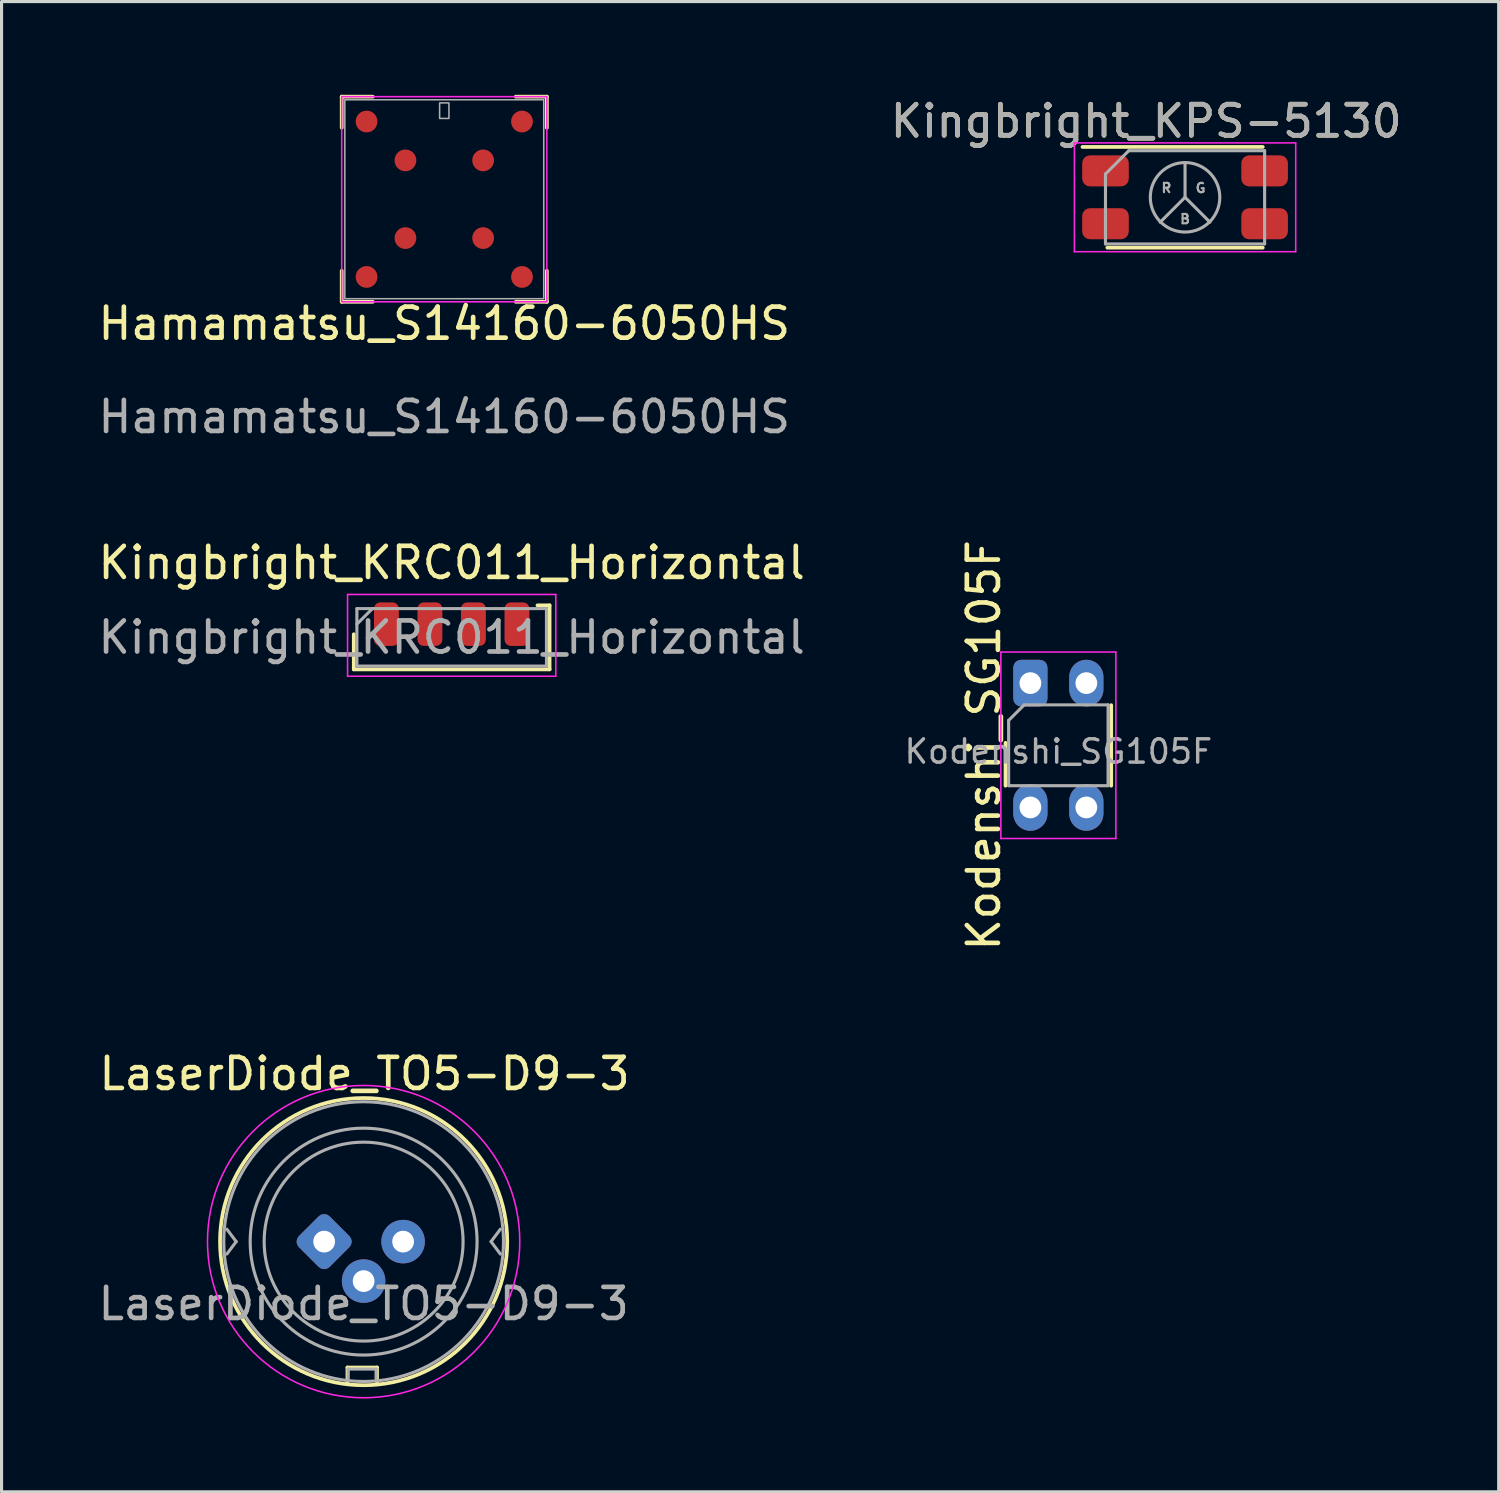
<source format=kicad_pcb>
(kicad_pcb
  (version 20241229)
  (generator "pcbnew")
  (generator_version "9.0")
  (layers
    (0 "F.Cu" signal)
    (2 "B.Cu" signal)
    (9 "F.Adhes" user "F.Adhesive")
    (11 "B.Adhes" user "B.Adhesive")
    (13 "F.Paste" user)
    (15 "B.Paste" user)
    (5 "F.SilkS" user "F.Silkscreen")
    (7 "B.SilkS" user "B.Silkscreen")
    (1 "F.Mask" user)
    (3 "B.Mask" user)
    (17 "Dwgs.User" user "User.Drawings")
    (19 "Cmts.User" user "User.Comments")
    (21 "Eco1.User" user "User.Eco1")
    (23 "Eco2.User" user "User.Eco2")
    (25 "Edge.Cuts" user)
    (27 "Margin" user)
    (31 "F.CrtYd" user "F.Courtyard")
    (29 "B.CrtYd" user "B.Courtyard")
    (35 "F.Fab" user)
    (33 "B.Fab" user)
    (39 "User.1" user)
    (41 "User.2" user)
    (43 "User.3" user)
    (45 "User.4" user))
  (footprint "Hamamatsu_S14160-6050HS"
    (layer "F.Cu")
    (at 11.244 3.36)
    (property "Reference" "Hamamatsu_S14160-6050HS" (at 0 4 0) (layer "F.SilkS") (effects (font (size 1 1) (thickness 0.15))))
    (attr smd)
    (fp_line (start -3.3 -3.3) (end -3.3 -2.3) (stroke (width 0.12) (type default)) (layer "F.SilkS"))
    (fp_line (start -3.3 -3.3) (end -2.3 -3.3) (stroke (width 0.12) (type default)) (layer "F.SilkS"))
    (fp_line (start -3.3 3.3) (end -3.3 2.3) (stroke (width 0.12) (type default)) (layer "F.SilkS"))
    (fp_line (start -2.3 3.3) (end -3.3 3.3) (stroke (width 0.12) (type default)) (layer "F.SilkS"))
    (fp_line (start 2.3 -3.3) (end 3.3 -3.3) (stroke (width 0.12) (type default)) (layer "F.SilkS"))
    (fp_line (start 2.3 3.3) (end 3.3 3.3) (stroke (width 0.12) (type default)) (layer "F.SilkS"))
    (fp_line (start 3.3 -3.3) (end 3.3 -2.3) (stroke (width 0.12) (type default)) (layer "F.SilkS"))
    (fp_line (start 3.3 3.3) (end 3.3 2.3) (stroke (width 0.12) (type default)) (layer "F.SilkS"))
    (fp_rect (start 3.3 3.3) (end -3.3 -3.3) (stroke (width 0.05) (type default)) (fill no) (layer "F.CrtYd"))
    (fp_rect (start -3.2 -3.2) (end 3.2 3.2) (stroke (width 0.05) (type default)) (fill no) (layer "F.Fab"))
    (fp_rect (start -0.15 -3.1) (end 0.15 -2.6) (stroke (width 0.05) (type default)) (fill no) (layer "F.Fab"))
    (fp_text user "${REFERENCE}" (at 0 7 0) (unlocked yes) (layer "F.Fab") (effects (font (size 1 1) (thickness 0.15))))
    (pad "A" smd circle (at -1.25 -1.25) (size 0.7 0.7) (layers "F.Cu" "F.Mask" "F.Paste"))
    (pad "A" smd circle (at -1.25 1.25) (size 0.7 0.7) (layers "F.Cu" "F.Mask" "F.Paste"))
    (pad "A" smd circle (at 1.25 -1.25) (size 0.7 0.7) (layers "F.Cu" "F.Mask" "F.Paste"))
    (pad "A" smd circle (at 1.25 1.25) (size 0.7 0.7) (layers "F.Cu" "F.Mask" "F.Paste"))
    (pad "K" smd circle (at -2.5 -2.5) (size 0.7 0.7) (layers "F.Cu" "F.Mask" "F.Paste"))
    (pad "K" smd circle (at -2.5 2.5) (size 0.7 0.7) (layers "F.Cu" "F.Mask" "F.Paste"))
    (pad "K" smd circle (at 2.5 -2.5) (size 0.7 0.7) (layers "F.Cu" "F.Mask" "F.Paste"))
    (pad "K" smd circle (at 2.5 2.5) (size 0.7 0.7) (layers "F.Cu" "F.Mask" "F.Paste")))
  (footprint "Kodenshi_SG105F"
    (layer "F.Cu")
    (at 30.101 18.928)
    (property "Reference" "Kodenshi_SG105F" (at -1.5 2 90) (layer "F.SilkS") (effects (font (size 1 1) (thickness 0.15))))
    (attr through_hole)
    (fp_line (start -0.8 1.92) (end -0.8 3.3) (stroke (width 0.12) (type solid)) (layer "F.SilkS"))
    (fp_line (start 2.6 3.3) (end 2.6 0.71) (stroke (width 0.12) (type solid)) (layer "F.SilkS"))
    (fp_line (start -0.95 -1) (end -0.95 5) (stroke (width 0.05) (type solid)) (layer "F.CrtYd"))
    (fp_line (start -0.95 -1) (end 2.75 -1) (stroke (width 0.05) (type solid)) (layer "F.CrtYd"))
    (fp_line (start 2.75 5) (end -0.95 5) (stroke (width 0.05) (type solid)) (layer "F.CrtYd"))
    (fp_line (start 2.75 5) (end 2.75 -1) (stroke (width 0.05) (type solid)) (layer "F.CrtYd"))
    (fp_line (start -0.7 1.2) (end -0.2 0.7) (stroke (width 0.1) (type solid)) (layer "F.Fab"))
    (fp_line (start -0.7 3.3) (end -0.7 1.2) (stroke (width 0.1) (type solid)) (layer "F.Fab"))
    (fp_line (start -0.2 0.7) (end 2.5 0.7) (stroke (width 0.1) (type solid)) (layer "F.Fab"))
    (fp_line (start 2.5 0.7) (end 2.5 3.3) (stroke (width 0.1) (type solid)) (layer "F.Fab"))
    (fp_line (start 2.5 3.3) (end -0.7 3.3) (stroke (width 0.1) (type solid)) (layer "F.Fab"))
    (fp_text user "${REFERENCE}" (at 0.9 2.2 0) (layer "F.Fab") (effects (font (size 0.75 0.75) (thickness 0.11))))
    (pad "1" thru_hole roundrect (at 0 0) (size 1.1 1.5) (drill 0.7) (layers "*.Cu" "*.Mask") (roundrect_rratio 0.227))
    (pad "2" thru_hole oval (at 0 4) (size 1.1 1.5) (drill 0.7) (layers "*.Cu" "*.Mask"))
    (pad "3" thru_hole oval (at 1.8 4) (size 1.1 1.5) (drill 0.7) (layers "*.Cu" "*.Mask"))
    (pad "4" thru_hole oval (at 1.8 0) (size 1.1 1.5) (drill 0.7) (layers "*.Cu" "*.Mask")))
  (footprint "LaserDiode_TO5-D9-3"
    (layer "F.Cu")
    (at 7.379 36.897)
    (property "Reference" "LaserDiode_TO5-D9-3" (at 1.3 -5.4 0) (layer "F.SilkS") (effects (font (size 1 1) (thickness 0.15))))
    (attr through_hole)
    (fp_line (start 0.75 4.05) (end 1.7 4.05) (stroke (width 0.12) (type solid)) (layer "F.SilkS"))
    (fp_line (start 0.75 4.55) (end 0.75 4.05) (stroke (width 0.12) (type solid)) (layer "F.SilkS"))
    (fp_line (start 1.7 4.05) (end 1.7 4.55) (stroke (width 0.12) (type solid)) (layer "F.SilkS"))
    (fp_circle (center 1.27 0) (end -3.35 0) (stroke (width 0.12) (type solid)) (fill no) (layer "F.SilkS"))
    (fp_circle (center 1.27 0) (end 5.4 2.86) (stroke (width 0.05) (type solid)) (fill no) (layer "F.CrtYd"))
    (fp_line (start -2.83 0) (end -3.13 -0.4) (stroke (width 0.1) (type solid)) (layer "F.Fab"))
    (fp_line (start -2.83 0) (end -3.13 0.4) (stroke (width 0.1) (type solid)) (layer "F.Fab"))
    (fp_line (start 0.77 4.1) (end 1.67 4.1) (stroke (width 0.1) (type solid)) (layer "F.Fab"))
    (fp_line (start 0.77 4.4) (end 0.77 4.1) (stroke (width 0.1) (type solid)) (layer "F.Fab"))
    (fp_line (start 1.67 4.1) (end 1.67 4.4) (stroke (width 0.1) (type solid)) (layer "F.Fab"))
    (fp_line (start 5.37 0) (end 5.67 0.4) (stroke (width 0.1) (type solid)) (layer "F.Fab"))
    (fp_line (start 5.67 -0.4) (end 5.37 0) (stroke (width 0.1) (type solid)) (layer "F.Fab"))
    (fp_circle (center 1.27 0) (end -3.23 0) (stroke (width 0.1) (type solid)) (fill no) (layer "F.Fab"))
    (fp_circle (center 1.27 0) (end 4.47 0) (stroke (width 0.1) (type solid)) (fill no) (layer "F.Fab"))
    (fp_circle (center 1.27 0) (end 4.92 0) (stroke (width 0.1) (type solid)) (fill no) (layer "F.Fab"))
    (fp_text user "${REFERENCE}" (at 1.27 2 0) (layer "F.Fab") (effects (font (size 1 1) (thickness 0.15))))
    (pad "1" thru_hole roundrect (at 0 0 45) (size 1.4 1.4) (drill 0.7) (layers "*.Cu" "*.Mask") (roundrect_rratio 0.178))
    (pad "2" thru_hole circle (at 1.27 1.27) (size 1.4 1.4) (drill 0.7) (layers "*.Cu" "*.Mask"))
    (pad "3" thru_hole circle (at 2.54 0) (size 1.4 1.4) (drill 0.7) (layers "*.Cu" "*.Mask")))
  (footprint "Kingbright_KPS-5130"
    (layer "F.Cu")
    (at 35.077 3.298)
    (property "Reference" "Kingbright_KPS-5130" (at -1.25 -2.45 0) (layer "F.SilkS") (effects (font (size 1 1) (thickness 0.15))))
    (attr smd)
    (fp_line (start -3.3 -1.62) (end 2.5 -1.62) (stroke (width 0.12) (type solid)) (layer "F.SilkS"))
    (fp_line (start 2.5 1.62) (end -2.5 1.62) (stroke (width 0.12) (type solid)) (layer "F.SilkS"))
    (fp_line (start -3.56 -1.75) (end -3.56 1.75) (stroke (width 0.05) (type solid)) (layer "F.CrtYd"))
    (fp_line (start -3.56 -1.75) (end 3.56 -1.75) (stroke (width 0.05) (type solid)) (layer "F.CrtYd"))
    (fp_line (start 3.56 1.75) (end -3.56 1.75) (stroke (width 0.05) (type solid)) (layer "F.CrtYd"))
    (fp_line (start 3.56 1.75) (end 3.56 -1.75) (stroke (width 0.05) (type solid)) (layer "F.CrtYd"))
    (fp_line (start -2.56 -0.75) (end -2.56 1.5) (stroke (width 0.1) (type solid)) (layer "F.Fab"))
    (fp_line (start -2.56 -0.75) (end -1.81 -1.5) (stroke (width 0.1) (type solid)) (layer "F.Fab"))
    (fp_line (start -2.56 1.5) (end 2.56 1.5) (stroke (width 0.1) (type solid)) (layer "F.Fab"))
    (fp_line (start 0 0) (end -0.8 0.8) (stroke (width 0.1) (type solid)) (layer "F.Fab"))
    (fp_line (start 0 0) (end 0 -1.1) (stroke (width 0.1) (type solid)) (layer "F.Fab"))
    (fp_line (start 0 0) (end 0.8 0.8) (stroke (width 0.1) (type solid)) (layer "F.Fab"))
    (fp_line (start 2.56 -1.5) (end -1.81 -1.5) (stroke (width 0.1) (type solid)) (layer "F.Fab"))
    (fp_line (start 2.56 1.5) (end 2.56 -1.5) (stroke (width 0.1) (type solid)) (layer "F.Fab"))
    (fp_circle (center 0 0) (end 1 0.5) (stroke (width 0.1) (type solid)) (fill no) (layer "F.Fab"))
    (fp_text user "B" (at 0 0.7 0) (layer "F.Fab") (effects (font (size 0.3 0.3) (thickness 0.07))))
    (fp_text user "${REFERENCE}" (at -1.25 -2.45 0) (layer "F.Fab") (effects (font (size 1 1) (thickness 0.15))))
    (fp_text user "G" (at 0.5 -0.3 0) (layer "F.Fab") (effects (font (size 0.3 0.3) (thickness 0.07))))
    (fp_text user "R" (at -0.6 -0.3 0) (layer "F.Fab") (effects (font (size 0.3 0.3) (thickness 0.07))))
    (pad "1" smd roundrect (at -2.56 -0.85) (size 1.5 1) (layers "F.Cu" "F.Mask" "F.Paste") (roundrect_rratio 0.25))
    (pad "2" smd roundrect (at 2.56 -0.85) (size 1.5 1) (layers "F.Cu" "F.Mask" "F.Paste") (roundrect_rratio 0.25))
    (pad "3" smd roundrect (at -2.56 0.85) (size 1.5 1) (layers "F.Cu" "F.Mask" "F.Paste") (roundrect_rratio 0.25))
    (pad "4" smd roundrect (at 2.56 0.85) (size 1.5 1) (layers "F.Cu" "F.Mask" "F.Paste") (roundrect_rratio 0.25)))
  (footprint "Kingbright_KRC011_Horizontal"
    (layer "F.Cu")
    (at 11.482 17.456)
    (property "Reference" "Kingbright_KRC011_Horizontal" (at 0 -2.4 0) (layer "F.SilkS") (effects (font (size 1 1) (thickness 0.15))))
    (attr smd)
    (fp_line (start -3.15 -0.1) (end -3.15 1.03) (stroke (width 0.12) (type solid)) (layer "F.SilkS"))
    (fp_line (start -3.15 1.03) (end 3.15 1.03) (stroke (width 0.12) (type solid)) (layer "F.SilkS"))
    (fp_line (start 3.15 -1.03) (end 2.76 -1.03) (stroke (width 0.12) (type solid)) (layer "F.SilkS"))
    (fp_line (start 3.15 -1.03) (end 3.15 1.03) (stroke (width 0.12) (type solid)) (layer "F.SilkS"))
    (fp_line (start -3.35 -1.38) (end -3.35 1.25) (stroke (width 0.05) (type solid)) (layer "F.CrtYd"))
    (fp_line (start -3.35 -1.38) (end 3.35 -1.38) (stroke (width 0.05) (type solid)) (layer "F.CrtYd"))
    (fp_line (start -3.35 1.25) (end 3.35 1.25) (stroke (width 0.05) (type solid)) (layer "F.CrtYd"))
    (fp_line (start 3.35 1.25) (end 3.35 -1.38) (stroke (width 0.05) (type solid)) (layer "F.CrtYd"))
    (fp_line (start -3.05 -0.925) (end 3.05 -0.925) (stroke (width 0.1) (type solid)) (layer "F.Fab"))
    (fp_line (start -3.05 -0.425) (end -2.55 -0.925) (stroke (width 0.1) (type solid)) (layer "F.Fab"))
    (fp_line (start -3.05 0.925) (end -3.05 -0.925) (stroke (width 0.1) (type solid)) (layer "F.Fab"))
    (fp_line (start 3.05 -0.925) (end 3.05 0.925) (stroke (width 0.1) (type solid)) (layer "F.Fab"))
    (fp_line (start 3.05 0.925) (end -3.05 0.925) (stroke (width 0.1) (type solid)) (layer "F.Fab"))
    (fp_text user "${REFERENCE}" (at 0 0 0) (layer "F.Fab") (effects (font (size 1 1) (thickness 0.15))))
    (pad "1" smd roundrect (at -2.1 -0.425) (size 0.8 1.4) (layers "F.Cu" "F.Mask" "F.Paste") (roundrect_rratio 0.25))
    (pad "2" smd roundrect (at -0.7 -0.425) (size 0.8 1.4) (layers "F.Cu" "F.Mask" "F.Paste") (roundrect_rratio 0.25))
    (pad "3" smd roundrect (at 0.7 -0.425) (size 0.8 1.4) (layers "F.Cu" "F.Mask" "F.Paste") (roundrect_rratio 0.25))
    (pad "4" smd roundrect (at 2.1 -0.425) (size 0.8 1.4) (layers "F.Cu" "F.Mask" "F.Paste") (roundrect_rratio 0.25)))
  (gr_rect
    (start -3 -3)
    (end 45.167 44.946)
    (stroke (width 0.1) (type default))
    (fill no)
    (layer "Edge.Cuts")))
</source>
